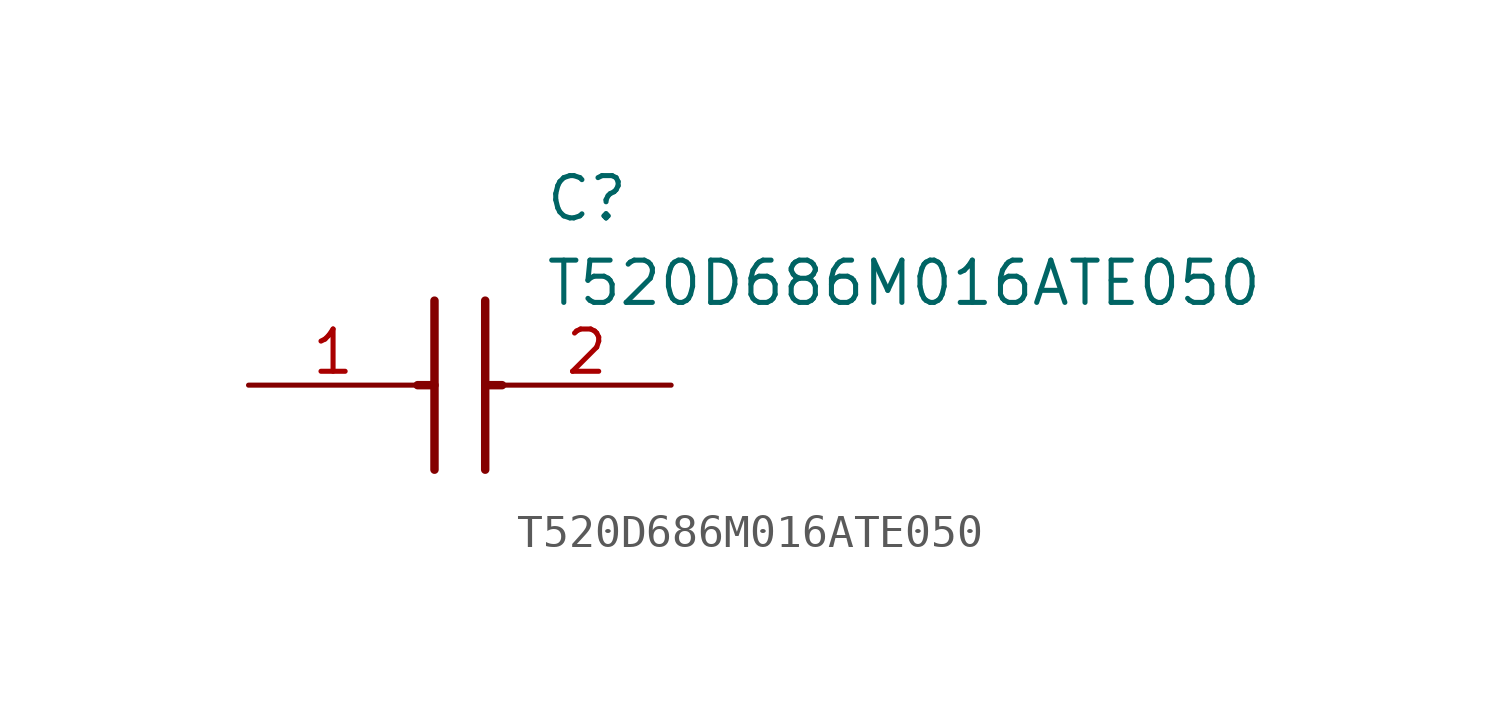
<source format=kicad_sym>
(kicad_symbol_lib
  (version 20211014)
  (generator SamacSys_ECAD_Model)
  (symbol "T520D686M016ATE050"
    (pin_names hide)
    (property "Reference" "C"
      (at 8.89 6.35 0)
      (effects (font (size 1.27 1.27)) (justify left top)))
    (property "Value" "T520D686M016ATE050"
      (at 8.89 3.81 0)
      (effects (font (size 1.27 1.27)) (justify left top)))
    (polyline
      (pts (xy 5.588 2.54) (xy 5.588 -2.54))
      (stroke (width 0.254) (type default))
      (fill (type none)))
    (polyline
      (pts (xy 7.112 2.54) (xy 7.112 -2.54))
      (stroke (width 0.254) (type default))
      (fill (type none)))
    (polyline
      (pts (xy 5.08 0) (xy 5.588 0))
      (stroke (width 0.254) (type default))
      (fill (type none)))
    (polyline
      (pts (xy 7.112 0) (xy 7.62 0))
      (stroke (width 0.254) (type default))
      (fill (type none)))
    (pin passive line
      (at 0 0 0)
      (length 5.08)
      (name "+" (effects (font (size 1.27 1.27))))
      (number "1" (effects (font (size 1.27 1.27)))))
    (pin passive line
      (at 12.7 0 180)
      (length 5.08)
      (name "-" (effects (font (size 1.27 1.27))))
      (number "2" (effects (font (size 1.27 1.27)))))))
</source>
